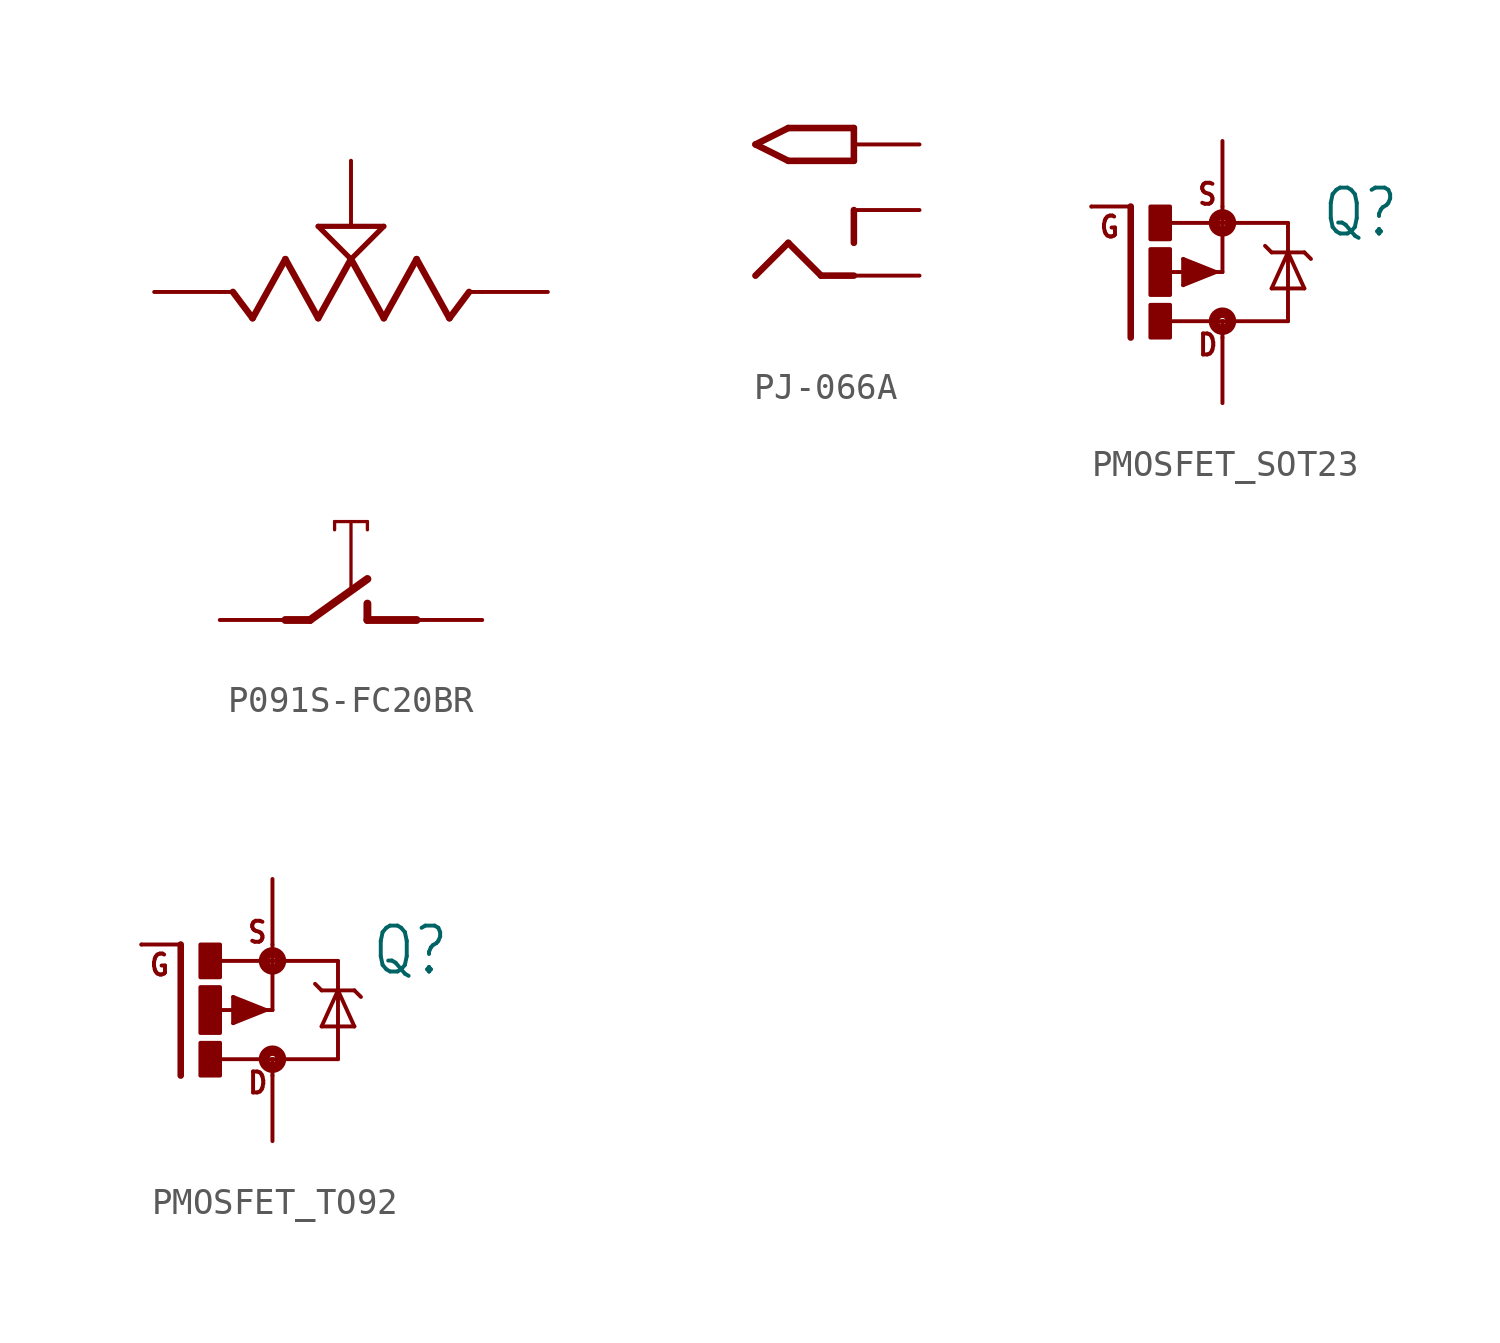
<source format=kicad_sym>
(kicad_symbol_lib
  (version 20220914)
  (generator kicad_symbol_editor)
  (symbol "P091S-FC20BR"
    (property "Reference" ""
      (at 2.54 12.7 0)
      (effects (font (size 1.778 1.511)) (justify right top) hide))
    (property "Value" ""
      (at 2.54 0 0)
      (effects (font (size 1.778 1.511)) (justify right top)))
    (property "ki_locked" ""
      (at 0 0 0)
      (effects (font (size 1.27 1.27))))
    (symbol "P091S-FC20BR_1_0"
      (polyline (pts (xy -4.572 2.54) (xy -5.08 2.54)) (stroke (width 0.152) (type solid)) (fill (type none)))
      (polyline (pts (xy -3.81 1.524) (xy -4.572 2.54)) (stroke (width 0.254) (type solid)) (fill (type none)))
      (polyline (pts (xy -2.54 -10.16) (xy -1.587 -10.16)) (stroke (width 0.305) (type solid)) (fill (type none)))
      (polyline (pts (xy -2.54 3.81) (xy -3.81 1.524)) (stroke (width 0.254) (type solid)) (fill (type none)))
      (polyline (pts (xy -1.587 -10.16) (xy 0.635 -8.572)) (stroke (width 0.305) (type solid)) (fill (type none)))
      (polyline (pts (xy -1.27 1.524) (xy -2.54 3.81)) (stroke (width 0.254) (type solid)) (fill (type none)))
      (polyline (pts (xy -1.27 5.08) (xy 1.27 5.08)) (stroke (width 0.203) (type solid)) (fill (type none)))
      (polyline (pts (xy -0.635 -6.35) (xy -0.635 -6.668)) (stroke (width 0.127) (type solid)) (fill (type none)))
      (polyline (pts (xy -0.635 -6.35) (xy 0.635 -6.35)) (stroke (width 0.127) (type solid)) (fill (type none)))
      (polyline (pts (xy 0 -8.89) (xy 0 -6.35)) (stroke (width 0.127) (type solid)) (fill (type none)))
      (polyline (pts (xy 0 3.81) (xy -1.27 1.524)) (stroke (width 0.254) (type solid)) (fill (type none)))
      (polyline (pts (xy 0 3.81) (xy -1.27 5.08)) (stroke (width 0.203) (type solid)) (fill (type none)))
      (polyline (pts (xy 0.635 -10.16) (xy 2.54 -10.16)) (stroke (width 0.305) (type solid)) (fill (type none)))
      (polyline (pts (xy 0.635 -9.525) (xy 0.635 -10.16)) (stroke (width 0.305) (type solid)) (fill (type none)))
      (polyline (pts (xy 0.635 -6.35) (xy 0.635 -6.668)) (stroke (width 0.127) (type solid)) (fill (type none)))
      (polyline (pts (xy 1.27 1.524) (xy 0 3.81)) (stroke (width 0.254) (type solid)) (fill (type none)))
      (polyline (pts (xy 1.27 5.08) (xy 0 3.81)) (stroke (width 0.203) (type solid)) (fill (type none)))
      (polyline (pts (xy 2.54 3.81) (xy 1.27 1.524)) (stroke (width 0.254) (type solid)) (fill (type none)))
      (polyline (pts (xy 3.81 1.524) (xy 2.54 3.81)) (stroke (width 0.254) (type solid)) (fill (type none)))
      (polyline (pts (xy 4.572 2.54) (xy 3.81 1.524)) (stroke (width 0.254) (type solid)) (fill (type none)))
      (polyline (pts (xy 5.08 2.54) (xy 4.572 2.54)) (stroke (width 0.152) (type solid)) (fill (type none)))
      (pin passive line (at -7.62 2.54 0) (length 2.54) (name "1" (effects (font (size 0 0)))) (number "1" (effects (font (size 0 0)))))
      (pin passive line (at 0 7.62 270) (length 2.54) (name "2" (effects (font (size 0 0)))) (number "2" (effects (font (size 0 0)))))
      (pin passive line (at 7.62 2.54 180) (length 2.54) (name "3" (effects (font (size 0 0)))) (number "3" (effects (font (size 0 0)))))
      (pin passive line (at 5.08 -10.16 180) (length 2.54) (name "4" (effects (font (size 0 0)))) (number "COM" (effects (font (size 0 0)))))
      (pin passive line (at -5.08 -10.16 0) (length 2.54) (name "5" (effects (font (size 0 0)))) (number "NO" (effects (font (size 0 0)))))))
  (symbol "PJ-066A"
    (property "Reference" ""
      (at -5.08 5.08 0)
      (effects (font (size 1.27 1.079)) (justify left bottom) hide))
    (property "Value" ""
      (at -5.08 -5.08 0)
      (effects (font (size 1.27 1.079)) (justify left bottom)))
    (property "ki_locked" ""
      (at 0 0 0)
      (effects (font (size 1.27 1.27))))
    (symbol "PJ-066A_1_0"
      (polyline (pts (xy -3.81 2.54) (xy -2.54 1.905)) (stroke (width 0.254) (type solid)) (fill (type none)))
      (polyline (pts (xy -2.54 -1.27) (xy -3.81 -2.54)) (stroke (width 0.254) (type solid)) (fill (type none)))
      (polyline (pts (xy -2.54 1.905) (xy 0 1.905)) (stroke (width 0.254) (type solid)) (fill (type none)))
      (polyline (pts (xy -2.54 3.175) (xy -3.81 2.54)) (stroke (width 0.254) (type solid)) (fill (type none)))
      (polyline (pts (xy -1.27 -2.54) (xy -2.54 -1.27)) (stroke (width 0.254) (type solid)) (fill (type none)))
      (polyline (pts (xy 0 -2.54) (xy -1.27 -2.54)) (stroke (width 0.254) (type solid)) (fill (type none)))
      (polyline (pts (xy 0 0) (xy 0 -1.27)) (stroke (width 0.254) (type solid)) (fill (type none)))
      (polyline (pts (xy 0 1.905) (xy 0 3.175)) (stroke (width 0.254) (type solid)) (fill (type none)))
      (polyline (pts (xy 0 3.175) (xy -2.54 3.175)) (stroke (width 0.254) (type solid)) (fill (type none)))
      (pin bidirectional line (at 2.54 -2.54 180) (length 2.54) (name "RING" (effects (font (size 0 0)))) (number "GND" (effects (font (size 0 0)))))
      (pin bidirectional line (at 2.54 0 180) (length 2.54) (name "RING_SW" (effects (font (size 0 0)))) (number "GNDBREAK" (effects (font (size 0 0)))))
      (pin bidirectional line (at 2.54 2.54 180) (length 2.54) (name "TIP" (effects (font (size 0 0)))) (number "PWR" (effects (font (size 0 0)))))))
  (symbol "PMOSFET_SOT23"
    (property "Reference" "Q"
      (at 6.35 1.27 0)
      (effects (font (size 1.778 1.511)) (justify left bottom)))
    (property "Value" ""
      (at 6.35 -1.27 0)
      (effects (font (size 1.778 1.511)) (justify left bottom)))
    (property "ki_locked" ""
      (at 0 0 0)
      (effects (font (size 1.27 1.27))))
    (symbol "PMOSFET_SOT23_1_0"
      (rectangle (start -0.254 -2.54) (end 0.508 -1.27) (stroke (width 0) (type default)) (fill (type outline)))
      (rectangle (start -0.254 -0.889) (end 0.508 0.889) (stroke (width 0) (type default)) (fill (type outline)))
      (rectangle (start -0.254 1.27) (end 0.508 2.54) (stroke (width 0) (type default)) (fill (type outline)))
      (polyline (pts (xy -1.016 -2.54) (xy -1.016 2.54)) (stroke (width 0.254) (type solid)) (fill (type none)))
      (polyline (pts (xy -1.016 2.54) (xy -2.54 2.54)) (stroke (width 0.152) (type solid)) (fill (type none)))
      (polyline (pts (xy 0.508 1.905) (xy 2.54 1.905)) (stroke (width 0.152) (type solid)) (fill (type none)))
      (polyline (pts (xy 1.016 -0.508) (xy 1.016 0.508)) (stroke (width 0.152) (type solid)) (fill (type none)))
      (polyline (pts (xy 1.016 0.508) (xy 2.286 0)) (stroke (width 0.152) (type solid)) (fill (type none)))
      (polyline (pts (xy 1.143 -0.254) (xy 1.143 0)) (stroke (width 0.305) (type solid)) (fill (type none)))
      (polyline (pts (xy 1.143 0) (xy 0.254 0)) (stroke (width 0.152) (type solid)) (fill (type none)))
      (polyline (pts (xy 1.143 0) (xy 1.397 0)) (stroke (width 0.305) (type solid)) (fill (type none)))
      (polyline (pts (xy 1.143 0.254) (xy 2.032 0)) (stroke (width 0.305) (type solid)) (fill (type none)))
      (polyline (pts (xy 2.032 0) (xy 1.143 -0.254)) (stroke (width 0.305) (type solid)) (fill (type none)))
      (polyline (pts (xy 2.235 0) (xy 2.286 0)) (stroke (width 0.152) (type solid)) (fill (type none)))
      (polyline (pts (xy 2.286 0) (xy 1.016 -0.508)) (stroke (width 0.152) (type solid)) (fill (type none)))
      (polyline (pts (xy 2.286 0) (xy 2.54 0)) (stroke (width 0.152) (type solid)) (fill (type none)))
      (polyline (pts (xy 2.54 -2.54) (xy 2.54 -1.905)) (stroke (width 0.152) (type solid)) (fill (type none)))
      (polyline (pts (xy 2.54 -1.905) (xy 0.533 -1.905)) (stroke (width 0.152) (type solid)) (fill (type none)))
      (polyline (pts (xy 2.54 -1.905) (xy 5.08 -1.905)) (stroke (width 0.152) (type solid)) (fill (type none)))
      (polyline (pts (xy 2.54 0) (xy 2.54 1.905)) (stroke (width 0.152) (type solid)) (fill (type none)))
      (polyline (pts (xy 2.54 1.905) (xy 2.54 2.54)) (stroke (width 0.152) (type solid)) (fill (type none)))
      (polyline (pts (xy 4.445 -0.635) (xy 5.08 0.762)) (stroke (width 0.152) (type solid)) (fill (type none)))
      (polyline (pts (xy 4.445 0.762) (xy 4.191 1.016)) (stroke (width 0.152) (type solid)) (fill (type none)))
      (polyline (pts (xy 5.08 0.762) (xy 4.445 0.762)) (stroke (width 0.152) (type solid)) (fill (type none)))
      (polyline (pts (xy 5.08 0.762) (xy 5.08 -1.905)) (stroke (width 0.152) (type solid)) (fill (type none)))
      (polyline (pts (xy 5.08 0.762) (xy 5.715 -0.635)) (stroke (width 0.152) (type solid)) (fill (type none)))
      (polyline (pts (xy 5.08 1.905) (xy 2.54 1.905)) (stroke (width 0.152) (type solid)) (fill (type none)))
      (polyline (pts (xy 5.08 1.905) (xy 5.08 0.762)) (stroke (width 0.152) (type solid)) (fill (type none)))
      (polyline (pts (xy 5.715 -0.635) (xy 4.445 -0.635)) (stroke (width 0.152) (type solid)) (fill (type none)))
      (polyline (pts (xy 5.715 0.762) (xy 5.08 0.762)) (stroke (width 0.152) (type solid)) (fill (type none)))
      (polyline (pts (xy 5.715 0.762) (xy 5.969 0.508)) (stroke (width 0.152) (type solid)) (fill (type none)))
      (circle (center 2.54 -1.905) (radius 0.127) (stroke (width 0.406) (type solid)) (fill (type none)))
      (circle (center 2.54 1.905) (radius 0.127) (stroke (width 0.406) (type solid)) (fill (type none)))
      (text "D" (at 1.524 -3.302 0) (effects (font (size 0.813 0.691)) (justify left bottom)))
      (text "G" (at -2.286 1.27 0) (effects (font (size 0.813 0.691)) (justify left bottom)))
      (text "S" (at 1.524 2.54 0) (effects (font (size 0.813 0.691)) (justify left bottom)))
      (pin passive line (at -2.54 2.54 0) (length 0) (name "G" (effects (font (size 0 0)))) (number "1" (effects (font (size 0 0)))))
      (pin passive line (at 2.54 5.08 270) (length 2.54) (name "S" (effects (font (size 0 0)))) (number "2" (effects (font (size 0 0)))))
      (pin passive line (at 2.54 -5.08 90) (length 2.54) (name "D" (effects (font (size 0 0)))) (number "3" (effects (font (size 0 0)))))))
  (symbol "PMOSFET_TO92"
    (property "Reference" "Q"
      (at 6.35 1.27 0)
      (effects (font (size 1.778 1.511)) (justify left bottom)))
    (property "Value" ""
      (at 6.35 -1.27 0)
      (effects (font (size 1.778 1.511)) (justify left bottom)))
    (property "ki_locked" ""
      (at 0 0 0)
      (effects (font (size 1.27 1.27))))
    (symbol "PMOSFET_TO92_1_0"
      (rectangle (start -0.254 -2.54) (end 0.508 -1.27) (stroke (width 0) (type default)) (fill (type outline)))
      (rectangle (start -0.254 -0.889) (end 0.508 0.889) (stroke (width 0) (type default)) (fill (type outline)))
      (rectangle (start -0.254 1.27) (end 0.508 2.54) (stroke (width 0) (type default)) (fill (type outline)))
      (polyline (pts (xy -1.016 -2.54) (xy -1.016 2.54)) (stroke (width 0.254) (type solid)) (fill (type none)))
      (polyline (pts (xy -1.016 2.54) (xy -2.54 2.54)) (stroke (width 0.152) (type solid)) (fill (type none)))
      (polyline (pts (xy 0.508 1.905) (xy 2.54 1.905)) (stroke (width 0.152) (type solid)) (fill (type none)))
      (polyline (pts (xy 1.016 -0.508) (xy 1.016 0.508)) (stroke (width 0.152) (type solid)) (fill (type none)))
      (polyline (pts (xy 1.016 0.508) (xy 2.286 0)) (stroke (width 0.152) (type solid)) (fill (type none)))
      (polyline (pts (xy 1.143 -0.254) (xy 1.143 0)) (stroke (width 0.305) (type solid)) (fill (type none)))
      (polyline (pts (xy 1.143 0) (xy 0.254 0)) (stroke (width 0.152) (type solid)) (fill (type none)))
      (polyline (pts (xy 1.143 0) (xy 1.397 0)) (stroke (width 0.305) (type solid)) (fill (type none)))
      (polyline (pts (xy 1.143 0.254) (xy 2.032 0)) (stroke (width 0.305) (type solid)) (fill (type none)))
      (polyline (pts (xy 2.032 0) (xy 1.143 -0.254)) (stroke (width 0.305) (type solid)) (fill (type none)))
      (polyline (pts (xy 2.235 0) (xy 2.286 0)) (stroke (width 0.152) (type solid)) (fill (type none)))
      (polyline (pts (xy 2.286 0) (xy 1.016 -0.508)) (stroke (width 0.152) (type solid)) (fill (type none)))
      (polyline (pts (xy 2.286 0) (xy 2.54 0)) (stroke (width 0.152) (type solid)) (fill (type none)))
      (polyline (pts (xy 2.54 -2.54) (xy 2.54 -1.905)) (stroke (width 0.152) (type solid)) (fill (type none)))
      (polyline (pts (xy 2.54 -1.905) (xy 0.533 -1.905)) (stroke (width 0.152) (type solid)) (fill (type none)))
      (polyline (pts (xy 2.54 -1.905) (xy 5.08 -1.905)) (stroke (width 0.152) (type solid)) (fill (type none)))
      (polyline (pts (xy 2.54 0) (xy 2.54 1.905)) (stroke (width 0.152) (type solid)) (fill (type none)))
      (polyline (pts (xy 2.54 1.905) (xy 2.54 2.54)) (stroke (width 0.152) (type solid)) (fill (type none)))
      (polyline (pts (xy 4.445 -0.635) (xy 5.08 0.762)) (stroke (width 0.152) (type solid)) (fill (type none)))
      (polyline (pts (xy 4.445 0.762) (xy 4.191 1.016)) (stroke (width 0.152) (type solid)) (fill (type none)))
      (polyline (pts (xy 5.08 0.762) (xy 4.445 0.762)) (stroke (width 0.152) (type solid)) (fill (type none)))
      (polyline (pts (xy 5.08 0.762) (xy 5.08 -1.905)) (stroke (width 0.152) (type solid)) (fill (type none)))
      (polyline (pts (xy 5.08 0.762) (xy 5.715 -0.635)) (stroke (width 0.152) (type solid)) (fill (type none)))
      (polyline (pts (xy 5.08 1.905) (xy 2.54 1.905)) (stroke (width 0.152) (type solid)) (fill (type none)))
      (polyline (pts (xy 5.08 1.905) (xy 5.08 0.762)) (stroke (width 0.152) (type solid)) (fill (type none)))
      (polyline (pts (xy 5.715 -0.635) (xy 4.445 -0.635)) (stroke (width 0.152) (type solid)) (fill (type none)))
      (polyline (pts (xy 5.715 0.762) (xy 5.08 0.762)) (stroke (width 0.152) (type solid)) (fill (type none)))
      (polyline (pts (xy 5.715 0.762) (xy 5.969 0.508)) (stroke (width 0.152) (type solid)) (fill (type none)))
      (circle (center 2.54 -1.905) (radius 0.127) (stroke (width 0.406) (type solid)) (fill (type none)))
      (circle (center 2.54 1.905) (radius 0.127) (stroke (width 0.406) (type solid)) (fill (type none)))
      (text "D" (at 1.524 -3.302 0) (effects (font (size 0.813 0.691)) (justify left bottom)))
      (text "G" (at -2.286 1.27 0) (effects (font (size 0.813 0.691)) (justify left bottom)))
      (text "S" (at 1.524 2.54 0) (effects (font (size 0.813 0.691)) (justify left bottom)))
      (pin passive line (at 2.54 5.08 270) (length 2.54) (name "S" (effects (font (size 0 0)))) (number "1" (effects (font (size 0 0)))))
      (pin passive line (at -2.54 2.54 0) (length 0) (name "G" (effects (font (size 0 0)))) (number "2" (effects (font (size 0 0)))))
      (pin passive line (at 2.54 -5.08 90) (length 2.54) (name "D" (effects (font (size 0 0)))) (number "3" (effects (font (size 0 0))))))))
</source>
